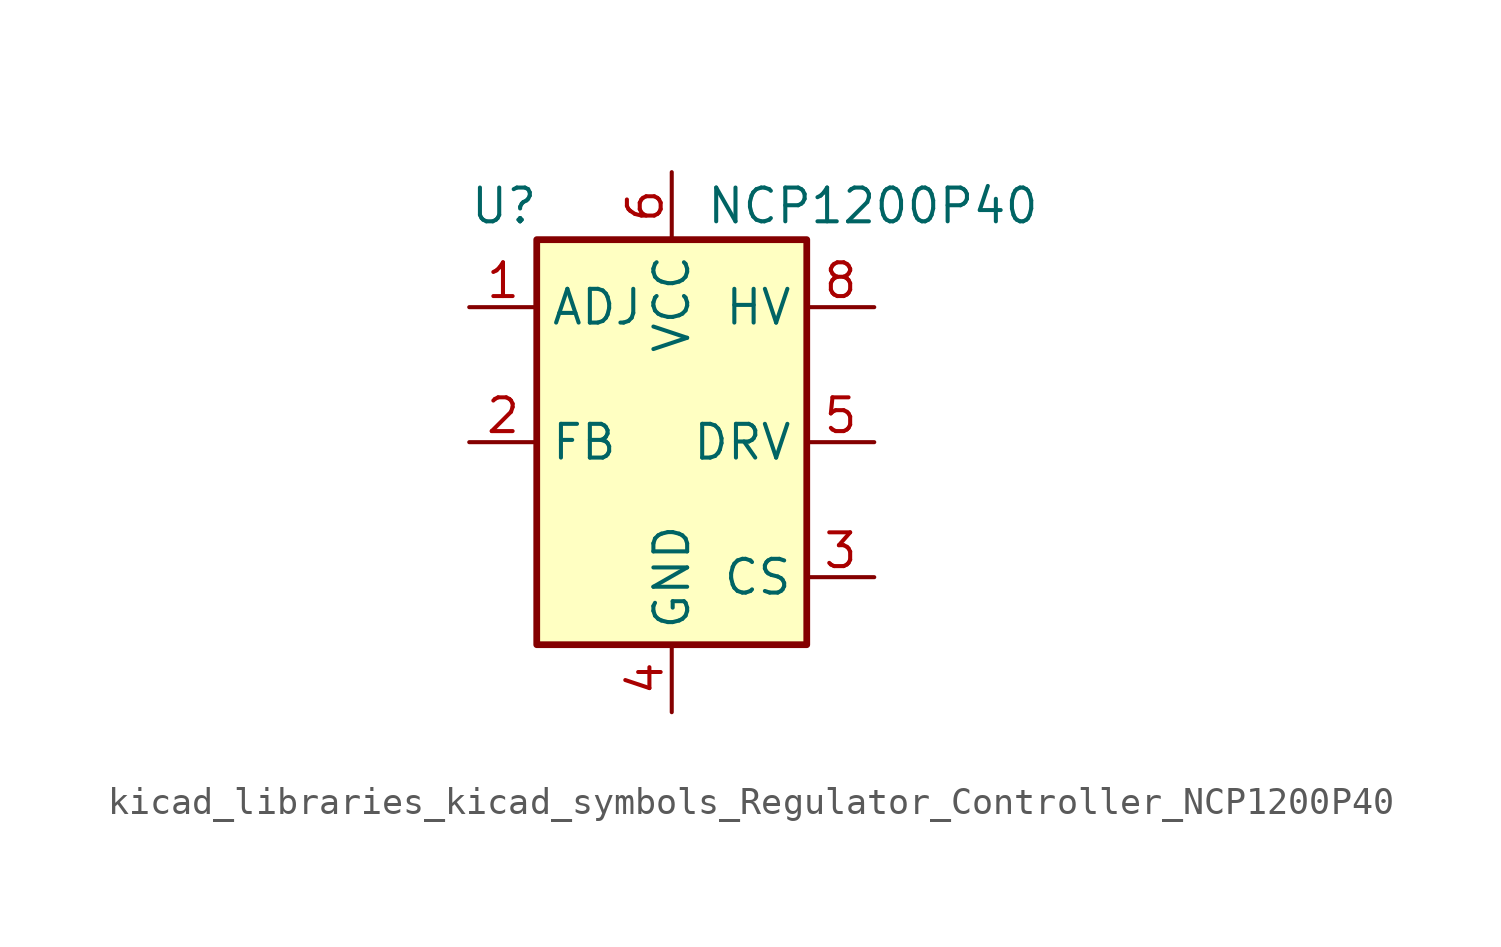
<source format=kicad_sym>
(kicad_symbol_lib
  (version 20220914)
  (generator kicad_symbol_editor)
  (symbol "kicad_libraries_kicad_symbols_Regulator_Controller_NCP1200P40"
    (property "Reference" "U"
      (at -7.62 8.89 0)
      (effects (font (size 1.27 1.27)) (justify left)))
    (property "Value" "NCP1200P40"
      (at 1.27 8.89 0)
      (effects (font (size 1.27 1.27)) (justify left)))
    (symbol "kicad_libraries_kicad_symbols_Regulator_Controller_NCP1200P40_0_0"
      (rectangle (start -5.08 7.62) (end 5.08 -7.62) (stroke (width 0.254) (type default)) (fill (type background))))
    (symbol "kicad_libraries_kicad_symbols_Regulator_Controller_NCP1200P40_1_1"
      (pin input line (at -7.62 5.08 0) (length 2.54) (name "ADJ" (effects (font (size 1.27 1.27)))) (number "1" (effects (font (size 1.27 1.27)))))
      (pin input line (at -7.62 0 0) (length 2.54) (name "FB" (effects (font (size 1.27 1.27)))) (number "2" (effects (font (size 1.27 1.27)))))
      (pin input line (at 7.62 -5.08 180) (length 2.54) (name "CS" (effects (font (size 1.27 1.27)))) (number "3" (effects (font (size 1.27 1.27)))))
      (pin power_in line (at 0 -10.16 90) (length 2.54) (name "GND" (effects (font (size 1.27 1.27)))) (number "4" (effects (font (size 1.27 1.27)))))
      (pin output line (at 7.62 0 180) (length 2.54) (name "DRV" (effects (font (size 1.27 1.27)))) (number "5" (effects (font (size 1.27 1.27)))))
      (pin power_in line (at 0 10.16 270) (length 2.54) (name "VCC" (effects (font (size 1.27 1.27)))) (number "6" (effects (font (size 1.27 1.27)))))
      (pin no_connect line (at -5.08 2.54 0) (length 2.54) hide (name "NC" (effects (font (size 1.27 1.27)))) (number "7" (effects (font (size 1.27 1.27)))))
      (pin input line (at 7.62 5.08 180) (length 2.54) (name "HV" (effects (font (size 1.27 1.27)))) (number "8" (effects (font (size 1.27 1.27))))))))
</source>
